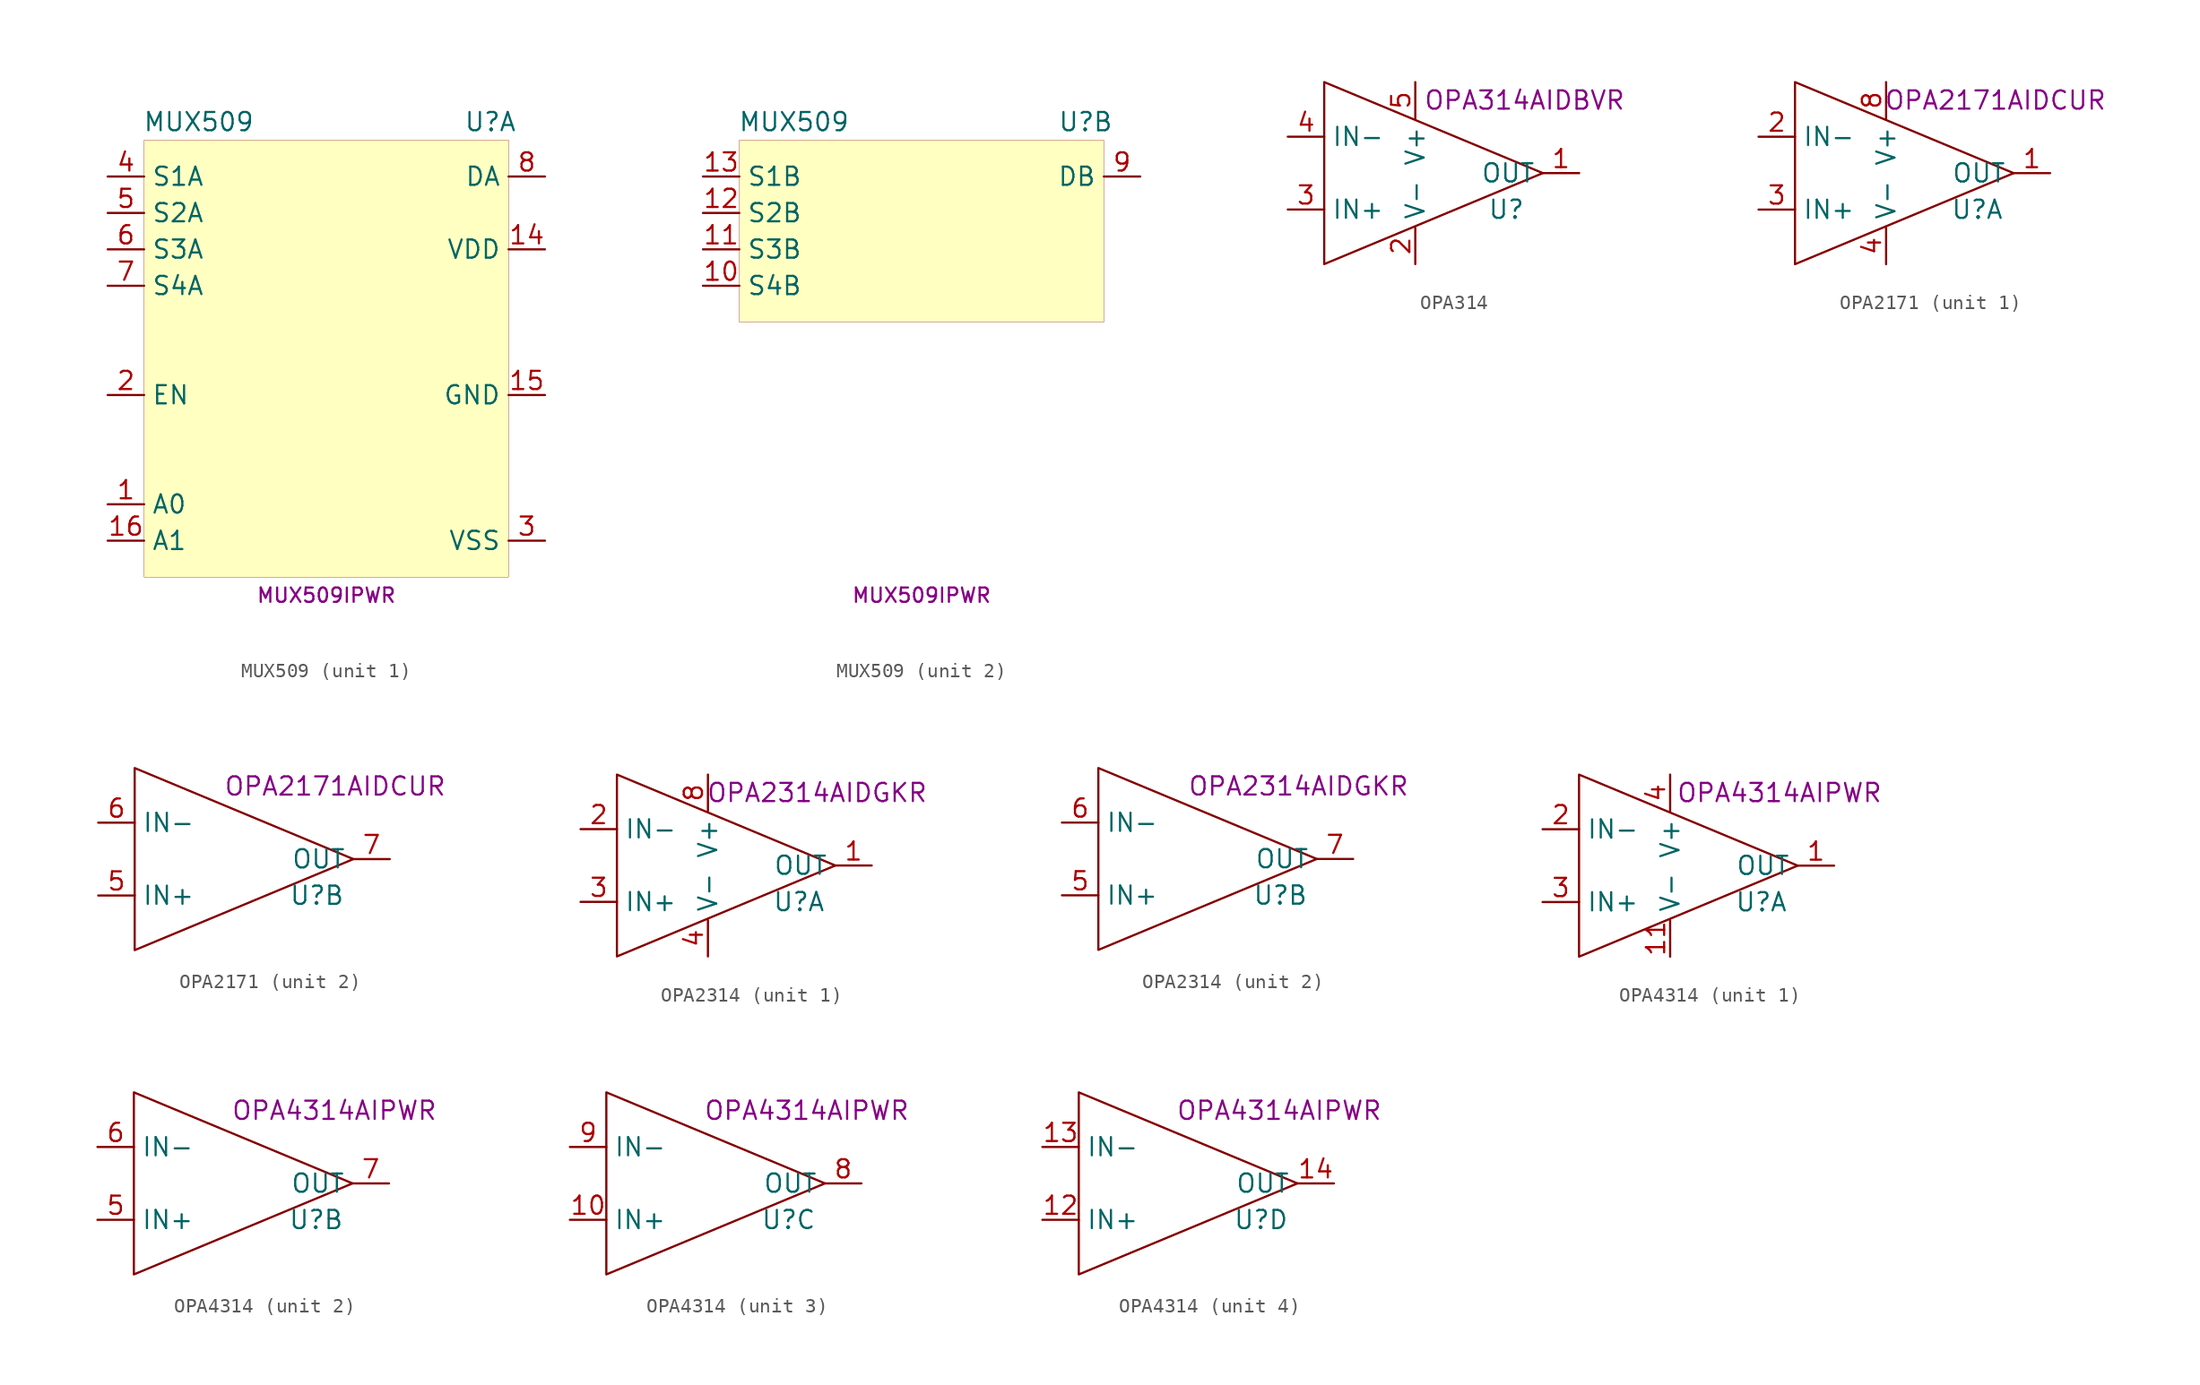
<source format=kicad_sym>
(kicad_symbol_lib
  (version 20231120)
  (generator "kicad_symbol_editor")
  (generator_version "8.0")
  (symbol "MUX509"
    (property "Reference" "U"
      (at 11.43 11.43 0)
      (effects (font (size 1.27 1.27))))
    (property "Value" "MUX509"
      (at -8.89 11.43 0)
      (effects (font (size 1.27 1.27))))
    (property "MPN" "MUX509IPWR"
      (at 0 -21.59 0)
      (effects (font (size 1 1))))
    (property "ki_locked" ""
      (at 0 0 0)
      (effects (font (size 1.27 1.27))))
    (symbol "MUX509_1_1"
      (rectangle (start -12.7 10.16) (end 12.7 -20.32) (stroke (width 0.001) (type default)) (fill (type background)))
      (pin input line (at -15.24 -15.24 0) (length 2.54) (name "A0" (effects (font (size 1.27 1.27)))) (number "1" (effects (font (size 1.27 1.27)))))
      (pin power_in line (at 15.24 2.54 180) (length 2.54) (name "VDD" (effects (font (size 1.27 1.27)))) (number "14" (effects (font (size 1.27 1.27)))))
      (pin power_in line (at 15.24 -7.62 180) (length 2.54) (name "GND" (effects (font (size 1.27 1.27)))) (number "15" (effects (font (size 1.27 1.27)))))
      (pin input line (at -15.24 -17.78 0) (length 2.54) (name "A1" (effects (font (size 1.27 1.27)))) (number "16" (effects (font (size 1.27 1.27)))))
      (pin input line (at -15.24 -7.62 0) (length 2.54) (name "EN" (effects (font (size 1.27 1.27)))) (number "2" (effects (font (size 1.27 1.27)))))
      (pin power_in line (at 15.24 -17.78 180) (length 2.54) (name "VSS" (effects (font (size 1.27 1.27)))) (number "3" (effects (font (size 1.27 1.27)))))
      (pin bidirectional line (at -15.24 7.62 0) (length 2.54) (name "S1A" (effects (font (size 1.27 1.27)))) (number "4" (effects (font (size 1.27 1.27)))))
      (pin bidirectional line (at -15.24 5.08 0) (length 2.54) (name "S2A" (effects (font (size 1.27 1.27)))) (number "5" (effects (font (size 1.27 1.27)))))
      (pin bidirectional line (at -15.24 2.54 0) (length 2.54) (name "S3A" (effects (font (size 1.27 1.27)))) (number "6" (effects (font (size 1.27 1.27)))))
      (pin bidirectional line (at -15.24 0 0) (length 2.54) (name "S4A" (effects (font (size 1.27 1.27)))) (number "7" (effects (font (size 1.27 1.27)))))
      (pin bidirectional line (at 15.24 7.62 180) (length 2.54) (name "DA" (effects (font (size 1.27 1.27)))) (number "8" (effects (font (size 1.27 1.27))))))
    (symbol "MUX509_2_1"
      (rectangle (start -12.7 10.16) (end 12.7 -2.54) (stroke (width 0.001) (type default)) (fill (type background)))
      (pin bidirectional line (at -15.24 0 0) (length 2.54) (name "S4B" (effects (font (size 1.27 1.27)))) (number "10" (effects (font (size 1.27 1.27)))))
      (pin bidirectional line (at -15.24 2.54 0) (length 2.54) (name "S3B" (effects (font (size 1.27 1.27)))) (number "11" (effects (font (size 1.27 1.27)))))
      (pin bidirectional line (at -15.24 5.08 0) (length 2.54) (name "S2B" (effects (font (size 1.27 1.27)))) (number "12" (effects (font (size 1.27 1.27)))))
      (pin bidirectional line (at -15.24 7.62 0) (length 2.54) (name "S1B" (effects (font (size 1.27 1.27)))) (number "13" (effects (font (size 1.27 1.27)))))
      (pin bidirectional line (at 15.24 7.62 180) (length 2.54) (name "DB" (effects (font (size 1.27 1.27)))) (number "9" (effects (font (size 1.27 1.27)))))))
  (symbol "OPA314"
    (property "Reference" "U"
      (at 6.35 -2.54 0)
      (effects (font (size 1.27 1.27))))
    (property "MPN" "OPA314AIDBVR"
      (at 7.62 5.08 0)
      (effects (font (size 1.27 1.27))))
    (symbol "OPA314_1_1"
      (polyline (pts (xy -6.35 6.35) (xy -6.35 -6.35) (xy 8.89 0) (xy -6.35 6.35)) (stroke (width 0) (type default)) (fill (type none)))
      (pin output line (at 11.43 0 180) (length 2.54) (name "OUT" (effects (font (size 1.27 1.27)))) (number "1" (effects (font (size 1.27 1.27)))))
      (pin power_in line (at 0 -6.35 90) (length 2.54) (name "V-" (effects (font (size 1.27 1.27)))) (number "2" (effects (font (size 1.27 1.27)))))
      (pin passive line (at -8.89 -2.54 0) (length 2.54) (name "IN+" (effects (font (size 1.27 1.27)))) (number "3" (effects (font (size 1.27 1.27)))))
      (pin passive line (at -8.89 2.54 0) (length 2.54) (name "IN-" (effects (font (size 1.27 1.27)))) (number "4" (effects (font (size 1.27 1.27)))))
      (pin power_in line (at 0 6.35 270) (length 2.54) (name "V+" (effects (font (size 1.27 1.27)))) (number "5" (effects (font (size 1.27 1.27)))))))
  (symbol "OPA2171"
    (property "Reference" "U"
      (at 6.35 -2.54 0)
      (effects (font (size 1.27 1.27))))
    (property "MPN" "OPA2171AIDCUR"
      (at 7.62 5.08 0)
      (effects (font (size 1.27 1.27))))
    (property "ki_locked" ""
      (at 0 0 0)
      (effects (font (size 1.27 1.27))))
    (symbol "OPA2171_1_1"
      (polyline (pts (xy -6.35 6.35) (xy -6.35 -6.35) (xy 8.89 0) (xy -6.35 6.35)) (stroke (width 0) (type default)) (fill (type none)))
      (pin output line (at 11.43 0 180) (length 2.54) (name "OUT" (effects (font (size 1.27 1.27)))) (number "1" (effects (font (size 1.27 1.27)))))
      (pin passive line (at -8.89 2.54 0) (length 2.54) (name "IN-" (effects (font (size 1.27 1.27)))) (number "2" (effects (font (size 1.27 1.27)))))
      (pin passive line (at -8.89 -2.54 0) (length 2.54) (name "IN+" (effects (font (size 1.27 1.27)))) (number "3" (effects (font (size 1.27 1.27)))))
      (pin power_in line (at 0 -6.35 90) (length 2.54) (name "V-" (effects (font (size 1.27 1.27)))) (number "4" (effects (font (size 1.27 1.27)))))
      (pin power_in line (at 0 6.35 270) (length 2.54) (name "V+" (effects (font (size 1.27 1.27)))) (number "8" (effects (font (size 1.27 1.27))))))
    (symbol "OPA2171_2_1"
      (polyline (pts (xy -6.35 6.35) (xy -6.35 -6.35) (xy 8.89 0) (xy -6.35 6.35)) (stroke (width 0) (type default)) (fill (type none)))
      (pin passive line (at -8.89 -2.54 0) (length 2.54) (name "IN+" (effects (font (size 1.27 1.27)))) (number "5" (effects (font (size 1.27 1.27)))))
      (pin passive line (at -8.89 2.54 0) (length 2.54) (name "IN-" (effects (font (size 1.27 1.27)))) (number "6" (effects (font (size 1.27 1.27)))))
      (pin output line (at 11.43 0 180) (length 2.54) (name "OUT" (effects (font (size 1.27 1.27)))) (number "7" (effects (font (size 1.27 1.27)))))))
  (symbol "OPA2314"
    (property "Reference" "U"
      (at 6.35 -2.54 0)
      (effects (font (size 1.27 1.27))))
    (property "MPN" "OPA2314AIDGKR"
      (at 7.62 5.08 0)
      (effects (font (size 1.27 1.27))))
    (property "ki_locked" ""
      (at 0 0 0)
      (effects (font (size 1.27 1.27))))
    (symbol "OPA2314_1_1"
      (polyline (pts (xy -6.35 6.35) (xy -6.35 -6.35) (xy 8.89 0) (xy -6.35 6.35)) (stroke (width 0) (type default)) (fill (type none)))
      (pin output line (at 11.43 0 180) (length 2.54) (name "OUT" (effects (font (size 1.27 1.27)))) (number "1" (effects (font (size 1.27 1.27)))))
      (pin passive line (at -8.89 2.54 0) (length 2.54) (name "IN-" (effects (font (size 1.27 1.27)))) (number "2" (effects (font (size 1.27 1.27)))))
      (pin passive line (at -8.89 -2.54 0) (length 2.54) (name "IN+" (effects (font (size 1.27 1.27)))) (number "3" (effects (font (size 1.27 1.27)))))
      (pin power_in line (at 0 -6.35 90) (length 2.54) (name "V-" (effects (font (size 1.27 1.27)))) (number "4" (effects (font (size 1.27 1.27)))))
      (pin power_in line (at 0 6.35 270) (length 2.54) (name "V+" (effects (font (size 1.27 1.27)))) (number "8" (effects (font (size 1.27 1.27))))))
    (symbol "OPA2314_2_1"
      (polyline (pts (xy -6.35 6.35) (xy -6.35 -6.35) (xy 8.89 0) (xy -6.35 6.35)) (stroke (width 0) (type default)) (fill (type none)))
      (pin passive line (at -8.89 -2.54 0) (length 2.54) (name "IN+" (effects (font (size 1.27 1.27)))) (number "5" (effects (font (size 1.27 1.27)))))
      (pin passive line (at -8.89 2.54 0) (length 2.54) (name "IN-" (effects (font (size 1.27 1.27)))) (number "6" (effects (font (size 1.27 1.27)))))
      (pin output line (at 11.43 0 180) (length 2.54) (name "OUT" (effects (font (size 1.27 1.27)))) (number "7" (effects (font (size 1.27 1.27)))))))
  (symbol "OPA4314"
    (property "Reference" "U"
      (at 6.35 -2.54 0)
      (effects (font (size 1.27 1.27))))
    (property "MPN" "OPA4314AIPWR"
      (at 7.62 5.08 0)
      (effects (font (size 1.27 1.27))))
    (property "ki_locked" ""
      (at 0 0 0)
      (effects (font (size 1.27 1.27))))
    (symbol "OPA4314_1_1"
      (polyline (pts (xy -6.35 6.35) (xy -6.35 -6.35) (xy 8.89 0) (xy -6.35 6.35)) (stroke (width 0) (type default)) (fill (type none)))
      (pin output line (at 11.43 0 180) (length 2.54) (name "OUT" (effects (font (size 1.27 1.27)))) (number "1" (effects (font (size 1.27 1.27)))))
      (pin power_in line (at 0 -6.35 90) (length 2.54) (name "V-" (effects (font (size 1.27 1.27)))) (number "11" (effects (font (size 1.27 1.27)))))
      (pin passive line (at -8.89 2.54 0) (length 2.54) (name "IN-" (effects (font (size 1.27 1.27)))) (number "2" (effects (font (size 1.27 1.27)))))
      (pin passive line (at -8.89 -2.54 0) (length 2.54) (name "IN+" (effects (font (size 1.27 1.27)))) (number "3" (effects (font (size 1.27 1.27)))))
      (pin power_in line (at 0 6.35 270) (length 2.54) (name "V+" (effects (font (size 1.27 1.27)))) (number "4" (effects (font (size 1.27 1.27))))))
    (symbol "OPA4314_2_1"
      (polyline (pts (xy -6.35 6.35) (xy -6.35 -6.35) (xy 8.89 0) (xy -6.35 6.35)) (stroke (width 0) (type default)) (fill (type none)))
      (pin passive line (at -8.89 -2.54 0) (length 2.54) (name "IN+" (effects (font (size 1.27 1.27)))) (number "5" (effects (font (size 1.27 1.27)))))
      (pin passive line (at -8.89 2.54 0) (length 2.54) (name "IN-" (effects (font (size 1.27 1.27)))) (number "6" (effects (font (size 1.27 1.27)))))
      (pin output line (at 11.43 0 180) (length 2.54) (name "OUT" (effects (font (size 1.27 1.27)))) (number "7" (effects (font (size 1.27 1.27))))))
    (symbol "OPA4314_3_1"
      (polyline (pts (xy -6.35 6.35) (xy -6.35 -6.35) (xy 8.89 0) (xy -6.35 6.35)) (stroke (width 0) (type default)) (fill (type none)))
      (pin passive line (at -8.89 -2.54 0) (length 2.54) (name "IN+" (effects (font (size 1.27 1.27)))) (number "10" (effects (font (size 1.27 1.27)))))
      (pin output line (at 11.43 0 180) (length 2.54) (name "OUT" (effects (font (size 1.27 1.27)))) (number "8" (effects (font (size 1.27 1.27)))))
      (pin passive line (at -8.89 2.54 0) (length 2.54) (name "IN-" (effects (font (size 1.27 1.27)))) (number "9" (effects (font (size 1.27 1.27))))))
    (symbol "OPA4314_4_1"
      (polyline (pts (xy -6.35 6.35) (xy -6.35 -6.35) (xy 8.89 0) (xy -6.35 6.35)) (stroke (width 0) (type default)) (fill (type none)))
      (pin passive line (at -8.89 -2.54 0) (length 2.54) (name "IN+" (effects (font (size 1.27 1.27)))) (number "12" (effects (font (size 1.27 1.27)))))
      (pin passive line (at -8.89 2.54 0) (length 2.54) (name "IN-" (effects (font (size 1.27 1.27)))) (number "13" (effects (font (size 1.27 1.27)))))
      (pin output line (at 11.43 0 180) (length 2.54) (name "OUT" (effects (font (size 1.27 1.27)))) (number "14" (effects (font (size 1.27 1.27))))))))
</source>
